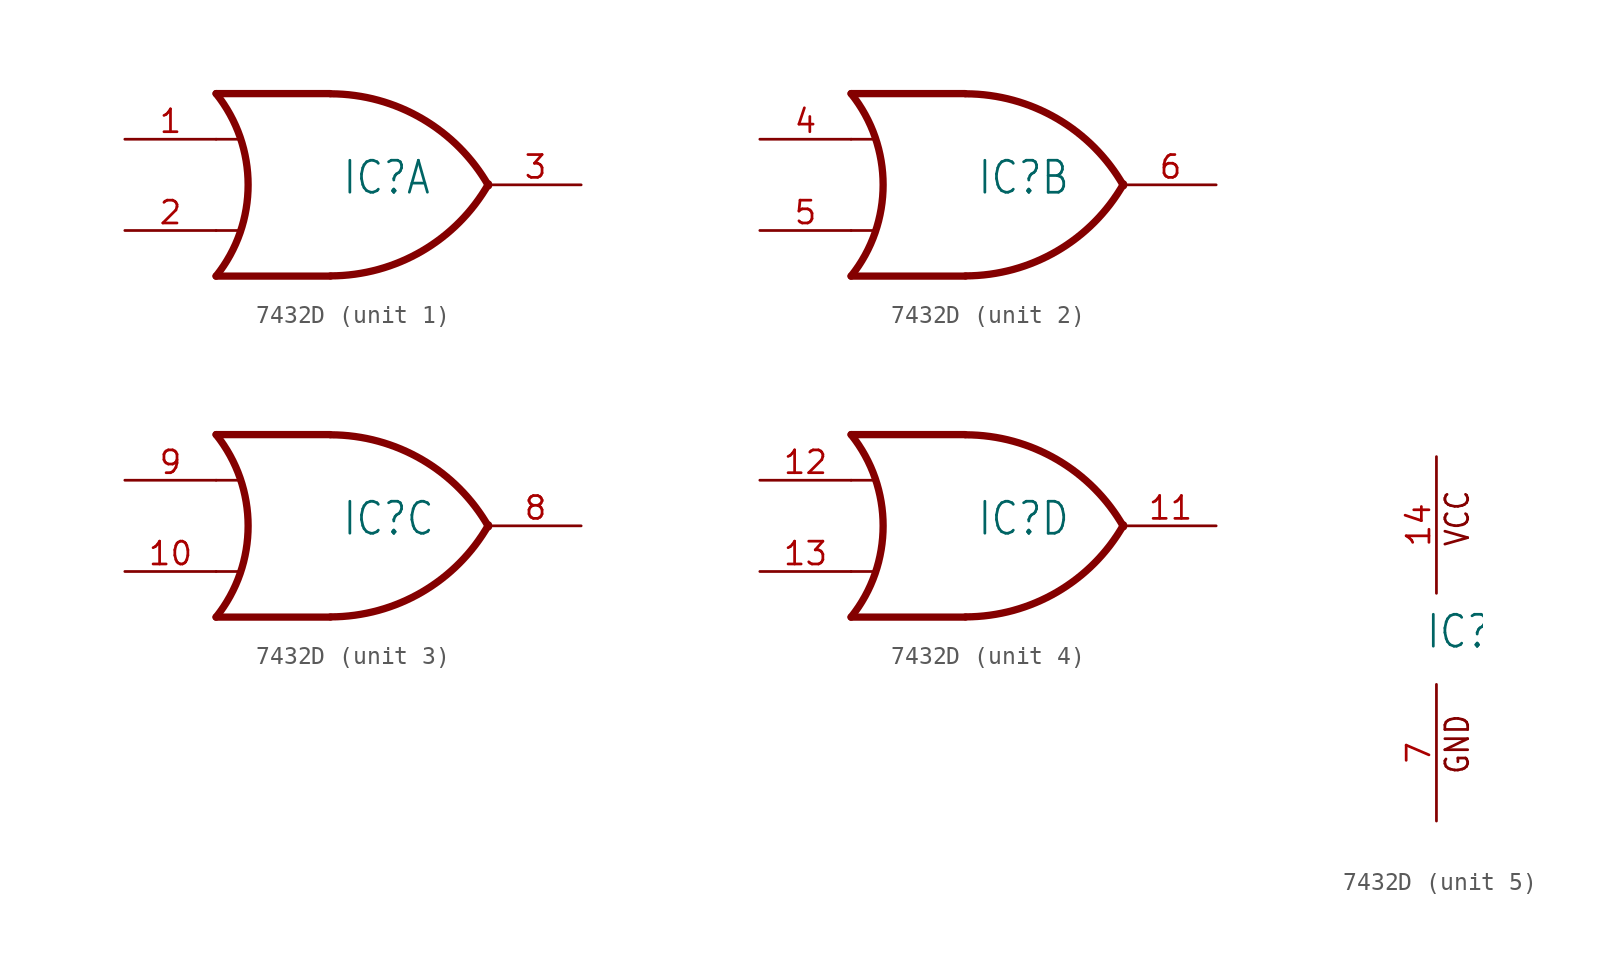
<source format=kicad_sym>
(kicad_symbol_lib
  (version 20211014)
  (generator kicad_symbol_editor)
  (symbol "7432D"
    (property "Reference" "IC"
      (at -0.635 -0.635 0)
      (effects (font (size 1.778 1.511)) (justify left bottom)))
    (property "ki_locked" ""
      (at 0 0 0)
      (effects (font (size 1.27 1.27))))
    (symbol "7432D_1_0"
      (arc (start -7.62 -5.08) (mid -5.838 0) (end -7.62 5.08) (stroke (width 0.4064) (type default) (color 0 0 0 0)) (fill (type none)))
      (arc (start -1.2446 -5.0678) (mid 3.8372 -3.689) (end 7.5439 0.0507) (stroke (width 0.4064) (type default) (color 0 0 0 0)) (fill (type none)))
      (polyline (pts (xy -7.62 -2.54) (xy -6.35 -2.54)) (stroke (width 0.152) (type default) (color 0 0 0 0)) (fill (type none)))
      (polyline (pts (xy -7.62 2.54) (xy -6.35 2.54)) (stroke (width 0.152) (type default) (color 0 0 0 0)) (fill (type none)))
      (polyline (pts (xy -1.27 -5.08) (xy -7.62 -5.08)) (stroke (width 0.406) (type default) (color 0 0 0 0)) (fill (type none)))
      (polyline (pts (xy -1.27 5.08) (xy -7.62 5.08)) (stroke (width 0.406) (type default) (color 0 0 0 0)) (fill (type none)))
      (arc (start 7.5442 -0.0505) (mid 3.8373 3.6892) (end -1.2446 5.0678) (stroke (width 0.4064) (type default) (color 0 0 0 0)) (fill (type none)))
      (pin input line (at -12.7 2.54 0) (length 5.08) (name "I0" (effects (font (size 0 0)))) (number "1" (effects (font (size 1.27 1.27)))))
      (pin input line (at -12.7 -2.54 0) (length 5.08) (name "I1" (effects (font (size 0 0)))) (number "2" (effects (font (size 1.27 1.27)))))
      (pin output line (at 12.7 0 180) (length 5.08) (name "O" (effects (font (size 0 0)))) (number "3" (effects (font (size 1.27 1.27))))))
    (symbol "7432D_2_0"
      (arc (start -7.62 -5.08) (mid -5.838 0) (end -7.62 5.08) (stroke (width 0.4064) (type default) (color 0 0 0 0)) (fill (type none)))
      (arc (start -1.2446 -5.0678) (mid 3.8372 -3.689) (end 7.5439 0.0507) (stroke (width 0.4064) (type default) (color 0 0 0 0)) (fill (type none)))
      (polyline (pts (xy -7.62 -2.54) (xy -6.35 -2.54)) (stroke (width 0.152) (type default) (color 0 0 0 0)) (fill (type none)))
      (polyline (pts (xy -7.62 2.54) (xy -6.35 2.54)) (stroke (width 0.152) (type default) (color 0 0 0 0)) (fill (type none)))
      (polyline (pts (xy -1.27 -5.08) (xy -7.62 -5.08)) (stroke (width 0.406) (type default) (color 0 0 0 0)) (fill (type none)))
      (polyline (pts (xy -1.27 5.08) (xy -7.62 5.08)) (stroke (width 0.406) (type default) (color 0 0 0 0)) (fill (type none)))
      (arc (start 7.5442 -0.0505) (mid 3.8373 3.6892) (end -1.2446 5.0678) (stroke (width 0.4064) (type default) (color 0 0 0 0)) (fill (type none)))
      (pin input line (at -12.7 2.54 0) (length 5.08) (name "I0" (effects (font (size 0 0)))) (number "4" (effects (font (size 1.27 1.27)))))
      (pin input line (at -12.7 -2.54 0) (length 5.08) (name "I1" (effects (font (size 0 0)))) (number "5" (effects (font (size 1.27 1.27)))))
      (pin output line (at 12.7 0 180) (length 5.08) (name "O" (effects (font (size 0 0)))) (number "6" (effects (font (size 1.27 1.27))))))
    (symbol "7432D_3_0"
      (arc (start -7.62 -5.08) (mid -5.838 0) (end -7.62 5.08) (stroke (width 0.4064) (type default) (color 0 0 0 0)) (fill (type none)))
      (arc (start -1.2446 -5.0678) (mid 3.8372 -3.689) (end 7.5439 0.0507) (stroke (width 0.4064) (type default) (color 0 0 0 0)) (fill (type none)))
      (polyline (pts (xy -7.62 -2.54) (xy -6.35 -2.54)) (stroke (width 0.152) (type default) (color 0 0 0 0)) (fill (type none)))
      (polyline (pts (xy -7.62 2.54) (xy -6.35 2.54)) (stroke (width 0.152) (type default) (color 0 0 0 0)) (fill (type none)))
      (polyline (pts (xy -1.27 -5.08) (xy -7.62 -5.08)) (stroke (width 0.406) (type default) (color 0 0 0 0)) (fill (type none)))
      (polyline (pts (xy -1.27 5.08) (xy -7.62 5.08)) (stroke (width 0.406) (type default) (color 0 0 0 0)) (fill (type none)))
      (arc (start 7.5442 -0.0505) (mid 3.8373 3.6892) (end -1.2446 5.0678) (stroke (width 0.4064) (type default) (color 0 0 0 0)) (fill (type none)))
      (pin input line (at -12.7 -2.54 0) (length 5.08) (name "I1" (effects (font (size 0 0)))) (number "10" (effects (font (size 1.27 1.27)))))
      (pin output line (at 12.7 0 180) (length 5.08) (name "O" (effects (font (size 0 0)))) (number "8" (effects (font (size 1.27 1.27)))))
      (pin input line (at -12.7 2.54 0) (length 5.08) (name "I0" (effects (font (size 0 0)))) (number "9" (effects (font (size 1.27 1.27))))))
    (symbol "7432D_4_0"
      (arc (start -7.62 -5.08) (mid -5.838 0) (end -7.62 5.08) (stroke (width 0.4064) (type default) (color 0 0 0 0)) (fill (type none)))
      (arc (start -1.2446 -5.0678) (mid 3.8372 -3.689) (end 7.5439 0.0507) (stroke (width 0.4064) (type default) (color 0 0 0 0)) (fill (type none)))
      (polyline (pts (xy -7.62 -2.54) (xy -6.35 -2.54)) (stroke (width 0.152) (type default) (color 0 0 0 0)) (fill (type none)))
      (polyline (pts (xy -7.62 2.54) (xy -6.35 2.54)) (stroke (width 0.152) (type default) (color 0 0 0 0)) (fill (type none)))
      (polyline (pts (xy -1.27 -5.08) (xy -7.62 -5.08)) (stroke (width 0.406) (type default) (color 0 0 0 0)) (fill (type none)))
      (polyline (pts (xy -1.27 5.08) (xy -7.62 5.08)) (stroke (width 0.406) (type default) (color 0 0 0 0)) (fill (type none)))
      (arc (start 7.5442 -0.0505) (mid 3.8373 3.6892) (end -1.2446 5.0678) (stroke (width 0.4064) (type default) (color 0 0 0 0)) (fill (type none)))
      (pin output line (at 12.7 0 180) (length 5.08) (name "O" (effects (font (size 0 0)))) (number "11" (effects (font (size 1.27 1.27)))))
      (pin input line (at -12.7 2.54 0) (length 5.08) (name "I0" (effects (font (size 0 0)))) (number "12" (effects (font (size 1.27 1.27)))))
      (pin input line (at -12.7 -2.54 0) (length 5.08) (name "I1" (effects (font (size 0 0)))) (number "13" (effects (font (size 1.27 1.27))))))
    (symbol "7432D_5_0"
      (text "GND" (at 1.905 -7.62 900) (effects (font (size 1.27 1.079)) (justify left bottom)))
      (text "VCC" (at 1.905 5.08 900) (effects (font (size 1.27 1.079)) (justify left bottom)))
      (pin power_in line (at 0 10.16 270) (length 7.62) (name "VCC" (effects (font (size 0 0)))) (number "14" (effects (font (size 1.27 1.27)))))
      (pin power_in line (at 0 -10.16 90) (length 7.62) (name "GND" (effects (font (size 0 0)))) (number "7" (effects (font (size 1.27 1.27))))))))
</source>
